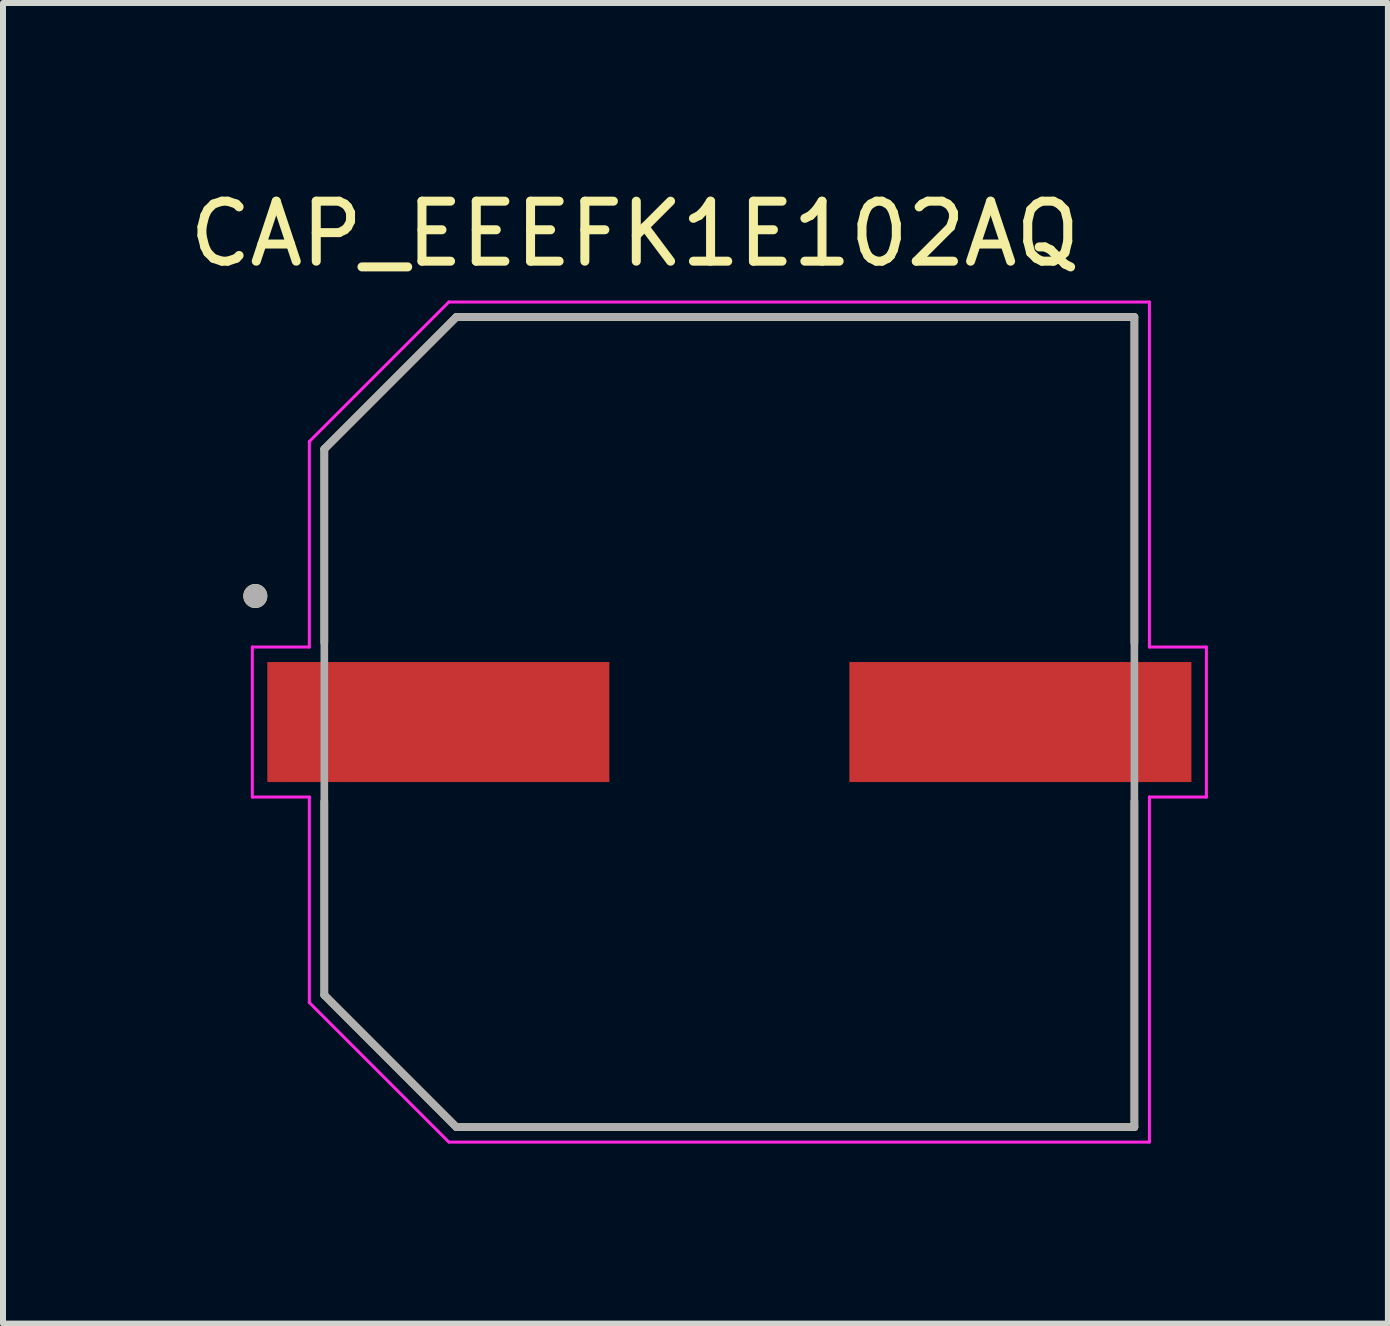
<source format=kicad_pcb>
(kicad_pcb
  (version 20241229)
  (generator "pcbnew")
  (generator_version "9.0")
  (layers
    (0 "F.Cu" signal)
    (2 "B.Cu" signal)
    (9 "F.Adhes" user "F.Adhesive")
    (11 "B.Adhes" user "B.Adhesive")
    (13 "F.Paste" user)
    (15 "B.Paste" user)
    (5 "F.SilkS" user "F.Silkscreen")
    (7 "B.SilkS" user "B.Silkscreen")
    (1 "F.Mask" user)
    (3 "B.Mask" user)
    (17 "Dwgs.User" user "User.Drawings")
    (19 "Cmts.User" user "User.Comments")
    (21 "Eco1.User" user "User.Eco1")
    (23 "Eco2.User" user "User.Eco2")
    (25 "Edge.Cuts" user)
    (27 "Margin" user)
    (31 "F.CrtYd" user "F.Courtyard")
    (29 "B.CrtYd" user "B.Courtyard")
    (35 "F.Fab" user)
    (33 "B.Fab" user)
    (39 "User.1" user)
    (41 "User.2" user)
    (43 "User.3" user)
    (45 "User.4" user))
  (footprint "CAP_EEEFK1E102AQ"
    (layer "F.Cu")
    (at 9.105 8.983)
    (property "Reference" "CAP_EEEFK1E102AQ" (at -1.575 -8.135 0) (layer "F.SilkS") (effects (font (size 1 1) (thickness 0.15))))
    (attr smd)
    (fp_line (start -6.75 -4.55) (end -6.75 -1.32) (stroke (width 0.127) (type solid)) (layer "F.SilkS"))
    (fp_line (start -6.75 1.32) (end -6.75 4.55) (stroke (width 0.127) (type solid)) (layer "F.SilkS"))
    (fp_line (start -6.75 4.55) (end -4.55 6.75) (stroke (width 0.127) (type solid)) (layer "F.SilkS"))
    (fp_line (start -4.55 -6.75) (end -6.75 -4.55) (stroke (width 0.127) (type solid)) (layer "F.SilkS"))
    (fp_line (start -4.55 6.75) (end 6.75 6.75) (stroke (width 0.127) (type solid)) (layer "F.SilkS"))
    (fp_line (start 6.75 -6.75) (end -4.55 -6.75) (stroke (width 0.127) (type solid)) (layer "F.SilkS"))
    (fp_line (start 6.75 -1.32) (end 6.75 -6.75) (stroke (width 0.127) (type solid)) (layer "F.SilkS"))
    (fp_line (start 6.75 6.75) (end 6.75 1.32) (stroke (width 0.127) (type solid)) (layer "F.SilkS"))
    (fp_circle (center -7.9 -2.1) (end -7.8 -2.1) (stroke (width 0.2) (type solid)) (fill no) (layer "F.SilkS"))
    (fp_line (start -7.95 -1.25) (end -7 -1.25) (stroke (width 0.05) (type solid)) (layer "F.CrtYd"))
    (fp_line (start -7.95 1.25) (end -7.95 -1.25) (stroke (width 0.05) (type solid)) (layer "F.CrtYd"))
    (fp_line (start -7 -4.675) (end -4.675 -7) (stroke (width 0.05) (type solid)) (layer "F.CrtYd"))
    (fp_line (start -7 -1.25) (end -7 -4.675) (stroke (width 0.05) (type solid)) (layer "F.CrtYd"))
    (fp_line (start -7 1.25) (end -7.95 1.25) (stroke (width 0.05) (type solid)) (layer "F.CrtYd"))
    (fp_line (start -7 4.675) (end -7 1.25) (stroke (width 0.05) (type solid)) (layer "F.CrtYd"))
    (fp_line (start -4.675 -7) (end 7 -7) (stroke (width 0.05) (type solid)) (layer "F.CrtYd"))
    (fp_line (start -4.675 7) (end -7 4.675) (stroke (width 0.05) (type solid)) (layer "F.CrtYd"))
    (fp_line (start 7 -7) (end 7 -1.25) (stroke (width 0.05) (type solid)) (layer "F.CrtYd"))
    (fp_line (start 7 -1.25) (end 7.95 -1.25) (stroke (width 0.05) (type solid)) (layer "F.CrtYd"))
    (fp_line (start 7 1.25) (end 7 7) (stroke (width 0.05) (type solid)) (layer "F.CrtYd"))
    (fp_line (start 7 7) (end -4.675 7) (stroke (width 0.05) (type solid)) (layer "F.CrtYd"))
    (fp_line (start 7.95 -1.25) (end 7.95 1.25) (stroke (width 0.05) (type solid)) (layer "F.CrtYd"))
    (fp_line (start 7.95 1.25) (end 7 1.25) (stroke (width 0.05) (type solid)) (layer "F.CrtYd"))
    (fp_line (start -6.75 -4.55) (end -6.75 4.55) (stroke (width 0.127) (type solid)) (layer "F.Fab"))
    (fp_line (start -6.75 4.55) (end -4.55 6.75) (stroke (width 0.127) (type solid)) (layer "F.Fab"))
    (fp_line (start -4.55 -6.75) (end -6.75 -4.55) (stroke (width 0.127) (type solid)) (layer "F.Fab"))
    (fp_line (start -4.55 6.75) (end 6.75 6.75) (stroke (width 0.127) (type solid)) (layer "F.Fab"))
    (fp_line (start 6.75 -6.75) (end -4.55 -6.75) (stroke (width 0.127) (type solid)) (layer "F.Fab"))
    (fp_line (start 6.75 6.75) (end 6.75 -6.75) (stroke (width 0.127) (type solid)) (layer "F.Fab"))
    (fp_circle (center -7.9 -2.1) (end -7.8 -2.1) (stroke (width 0.2) (type solid)) (fill no) (layer "F.Fab"))
    (pad "1" smd rect (at -4.85 0) (size 5.7 2) (layers "F.Cu" "F.Mask" "F.Paste"))
    (pad "2" smd rect (at 4.85 0 180) (size 5.7 2) (layers "F.Cu" "F.Mask" "F.Paste")))
  (gr_rect
    (start -3 -3)
    (end 20.08 19.008)
    (stroke (width 0.1) (type default))
    (fill no)
    (layer "Edge.Cuts")))
</source>
